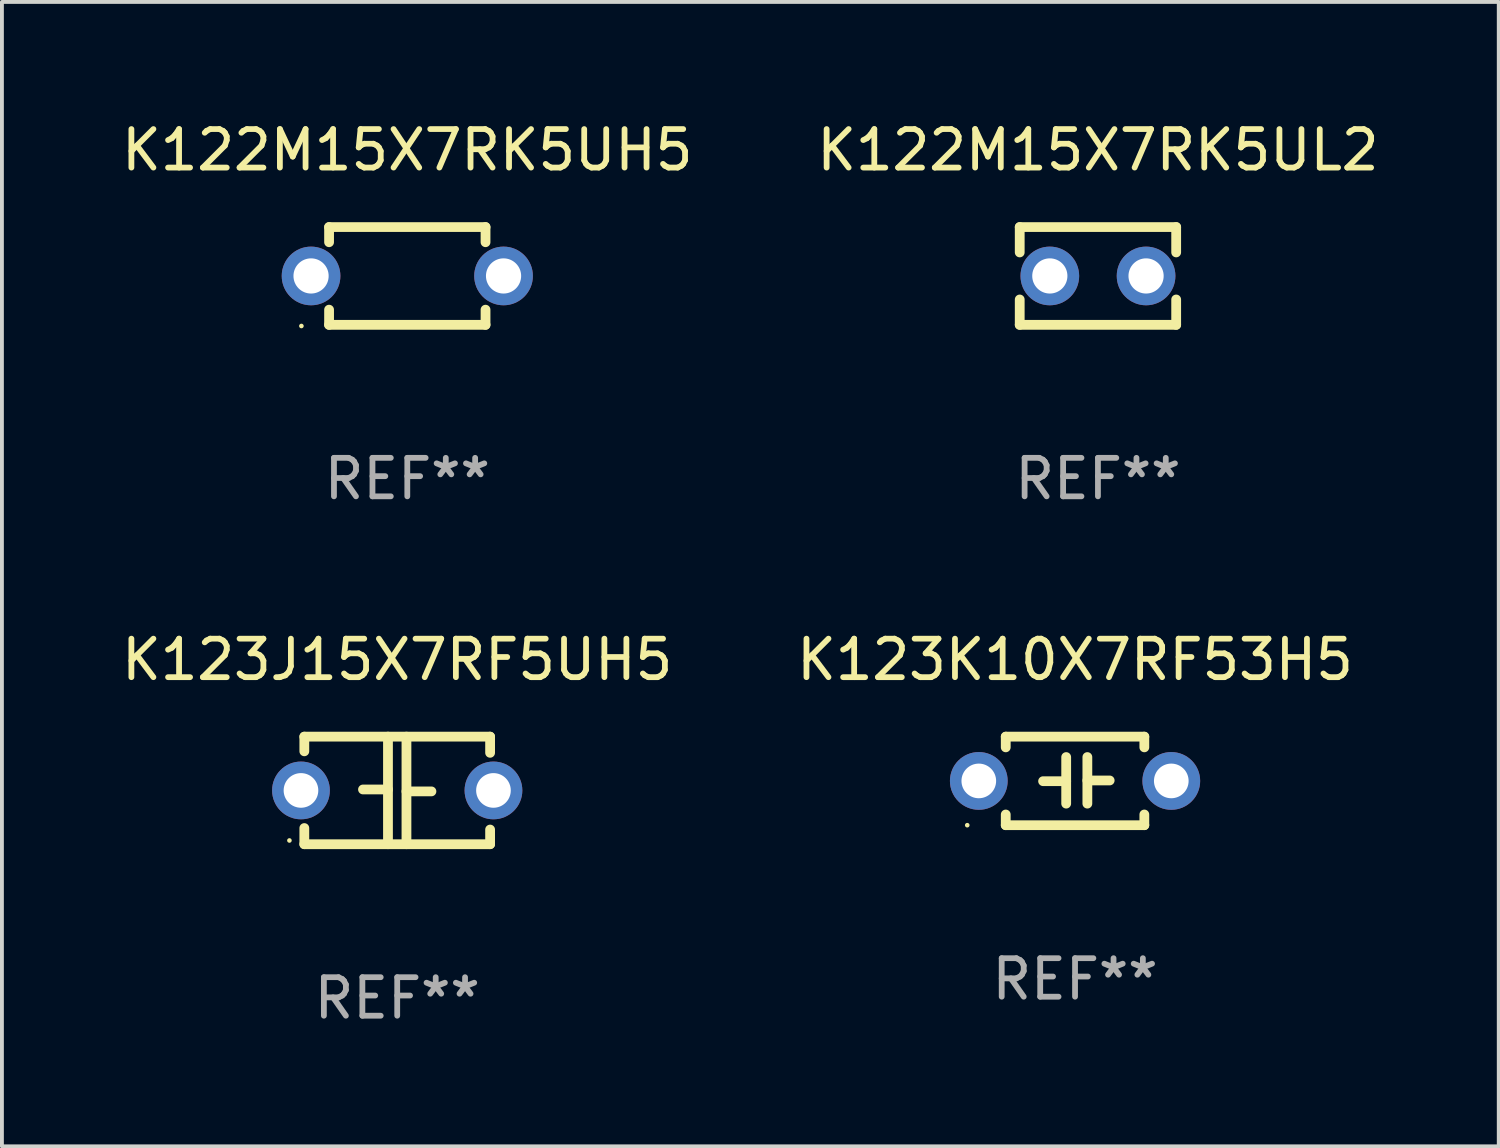
<source format=kicad_pcb>
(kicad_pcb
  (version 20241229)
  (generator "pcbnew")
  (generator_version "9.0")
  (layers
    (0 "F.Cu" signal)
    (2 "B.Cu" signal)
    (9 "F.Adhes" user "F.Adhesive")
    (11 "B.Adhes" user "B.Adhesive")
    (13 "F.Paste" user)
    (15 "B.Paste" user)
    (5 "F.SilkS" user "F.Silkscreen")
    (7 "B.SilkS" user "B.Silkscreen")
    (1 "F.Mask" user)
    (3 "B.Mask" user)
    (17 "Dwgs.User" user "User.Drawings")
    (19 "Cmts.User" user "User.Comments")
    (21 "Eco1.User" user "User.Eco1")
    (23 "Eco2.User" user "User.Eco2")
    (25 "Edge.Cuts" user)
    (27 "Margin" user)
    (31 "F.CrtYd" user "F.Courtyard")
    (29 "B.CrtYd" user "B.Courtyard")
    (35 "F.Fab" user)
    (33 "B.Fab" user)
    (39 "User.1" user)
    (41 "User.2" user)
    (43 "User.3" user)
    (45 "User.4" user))
  (footprint "K123K10X7RF53H5"
    (layer "F.Cu")
    (at 24.875 17.235)
    (property "Reference" "K123K10X7RF53H5" (at 0 -3.15 0) (layer "F.SilkS") (effects (font (size 1 1) (thickness 0.15))))
    (attr through_hole)
    (fp_line (start -1.8 -1.15) (end -1.8 -0.872) (stroke (width 0.254) (type solid)) (layer "F.SilkS"))
    (fp_line (start -1.8 -1.15) (end 1.8 -1.15) (stroke (width 0.254) (type solid)) (layer "F.SilkS"))
    (fp_line (start -1.8 0.872) (end -1.8 1.15) (stroke (width 0.254) (type solid)) (layer "F.SilkS"))
    (fp_line (start -1.8 1.15) (end 1.8 1.15) (stroke (width 0.254) (type solid)) (layer "F.SilkS"))
    (fp_line (start -0.23 -0.62) (end -0.23 0.59) (stroke (width 0.254) (type solid)) (layer "F.SilkS"))
    (fp_line (start -0.23 0.007) (end -0.83 0.007) (stroke (width 0.254) (type solid)) (layer "F.SilkS"))
    (fp_line (start 0.32 -0.62) (end 0.32 0.59) (stroke (width 0.254) (type solid)) (layer "F.SilkS"))
    (fp_line (start 0.32 -0.012) (end 0.9 -0.012) (stroke (width 0.254) (type solid)) (layer "F.SilkS"))
    (fp_line (start 1.8 -1.15) (end 1.8 -0.872) (stroke (width 0.254) (type solid)) (layer "F.SilkS"))
    (fp_line (start 1.8 0.872) (end 1.8 1.15) (stroke (width 0.254) (type solid)) (layer "F.SilkS"))
    (fp_circle (center -2.8 1.15) (end -2.77 1.15) (stroke (width 0.06) (type solid)) (fill no) (layer "F.SilkS"))
    (fp_text user "REF**" (at 0 5.15 0) (layer "F.Fab") (effects (font (size 1 1) (thickness 0.15))))
    (pad "1" thru_hole circle (at -2.5 0) (size 1.5 1.5) (drill 0.9) (layers "*.Cu" "*.Mask"))
    (pad "2" thru_hole circle (at 2.5 0) (size 1.5 1.5) (drill 0.9) (layers "*.Cu" "*.Mask")))
  (footprint "K123J15X7RF5UH5"
    (layer "F.Cu")
    (at 7.268 17.482)
    (property "Reference" "K123J15X7RF5UH5" (at 0 -3.397 0) (layer "F.SilkS") (effects (font (size 1 1) (thickness 0.15))))
    (attr through_hole)
    (fp_line (start -2.413 -1.397) (end 2.413 -1.397) (stroke (width 0.254) (type solid)) (layer "F.SilkS"))
    (fp_line (start -2.413 -1.016) (end -2.413 -1.397) (stroke (width 0.254) (type solid)) (layer "F.SilkS"))
    (fp_line (start -2.413 0.977) (end -2.413 1.397) (stroke (width 0.254) (type solid)) (layer "F.SilkS"))
    (fp_line (start -0.24 -0.025) (end -0.889 -0.025) (stroke (width 0.254) (type solid)) (layer "F.SilkS"))
    (fp_line (start -0.24 1.397) (end -0.24 -1.397) (stroke (width 0.254) (type solid)) (layer "F.SilkS"))
    (fp_line (start 0.24 -1.397) (end 0.24 1.397) (stroke (width 0.254) (type solid)) (layer "F.SilkS"))
    (fp_line (start 0.24 0.025) (end 0.889 0.025) (stroke (width 0.254) (type solid)) (layer "F.SilkS"))
    (fp_line (start 2.413 -0.977) (end 2.413 -1.397) (stroke (width 0.254) (type solid)) (layer "F.SilkS"))
    (fp_line (start 2.413 1.016) (end 2.413 1.397) (stroke (width 0.254) (type solid)) (layer "F.SilkS"))
    (fp_line (start 2.413 1.397) (end -2.413 1.397) (stroke (width 0.254) (type solid)) (layer "F.SilkS"))
    (fp_circle (center -2.8 1.3) (end -2.77 1.3) (stroke (width 0.06) (type solid)) (fill no) (layer "F.SilkS"))
    (fp_text user "REF**" (at 0 5.397 0) (layer "F.Fab") (effects (font (size 1 1) (thickness 0.15))))
    (pad "1" thru_hole circle (at -2.5 0) (size 1.5 1.5) (drill 0.9) (layers "*.Cu" "*.Mask"))
    (pad "2" thru_hole circle (at 2.5 0) (size 1.5 1.5) (drill 0.9) (layers "*.Cu" "*.Mask")))
  (footprint "K122M15X7RK5UH5"
    (layer "F.Cu")
    (at 7.53 4.118)
    (property "Reference" "K122M15X7RK5UH5" (at 0 -3.27 0) (layer "F.SilkS") (effects (font (size 1 1) (thickness 0.15))))
    (attr through_hole)
    (fp_line (start -2.032 -1.27) (end -2.032 -0.876) (stroke (width 0.254) (type solid)) (layer "F.SilkS"))
    (fp_line (start -2.032 0.876) (end -2.032 1.27) (stroke (width 0.254) (type solid)) (layer "F.SilkS"))
    (fp_line (start -2.032 1.27) (end 2.032 1.27) (stroke (width 0.254) (type solid)) (layer "F.SilkS"))
    (fp_line (start 2.032 -1.27) (end -2.032 -1.27) (stroke (width 0.254) (type solid)) (layer "F.SilkS"))
    (fp_line (start 2.032 -0.876) (end 2.032 -1.27) (stroke (width 0.254) (type solid)) (layer "F.SilkS"))
    (fp_line (start 2.032 1.27) (end 2.032 0.876) (stroke (width 0.254) (type solid)) (layer "F.SilkS"))
    (fp_circle (center -2.751 1.3) (end -2.721 1.3) (stroke (width 0.06) (type solid)) (fill no) (layer "F.SilkS"))
    (fp_text user "REF**" (at 0 5.27 0) (layer "F.Fab") (effects (font (size 1 1) (thickness 0.15))))
    (pad "1" thru_hole circle (at -2.5 0) (size 1.524 1.524) (drill 0.914) (layers "*.Cu" "*.Mask"))
    (pad "2" thru_hole circle (at 2.5 0) (size 1.524 1.524) (drill 0.914) (layers "*.Cu" "*.Mask")))
  (footprint "K122M15X7RK5UL2"
    (layer "F.Cu")
    (at 25.47 4.118)
    (property "Reference" "K122M15X7RK5UL2" (at 0 -3.27 0) (layer "F.SilkS") (effects (font (size 1 1) (thickness 0.15))))
    (attr through_hole)
    (fp_line (start -2.032 -1.27) (end -2.032 -0.611) (stroke (width 0.254) (type solid)) (layer "F.SilkS"))
    (fp_line (start -2.032 0.611) (end -2.032 1.27) (stroke (width 0.254) (type solid)) (layer "F.SilkS"))
    (fp_line (start -2.032 1.27) (end 2.032 1.27) (stroke (width 0.254) (type solid)) (layer "F.SilkS"))
    (fp_line (start 2.032 -1.27) (end -2.032 -1.27) (stroke (width 0.254) (type solid)) (layer "F.SilkS"))
    (fp_line (start 2.032 -0.611) (end 2.032 -1.27) (stroke (width 0.254) (type solid)) (layer "F.SilkS"))
    (fp_line (start 2.032 1.27) (end 2.032 0.611) (stroke (width 0.254) (type solid)) (layer "F.SilkS"))
    (fp_circle (center -2 1.3) (end -1.97 1.3) (stroke (width 0.06) (type solid)) (fill no) (layer "F.SilkS"))
    (fp_text user "REF**" (at 0 5.27 0) (layer "F.Fab") (effects (font (size 1 1) (thickness 0.15))))
    (pad "1" thru_hole circle (at -1.25 0) (size 1.524 1.524) (drill 0.914) (layers "*.Cu" "*.Mask"))
    (pad "2" thru_hole circle (at 1.25 0) (size 1.524 1.524) (drill 0.914) (layers "*.Cu" "*.Mask")))
  (gr_rect
    (start -3 -3)
    (end 35.881 26.727)
    (stroke (width 0.1) (type default))
    (fill no)
    (layer "Edge.Cuts")))
</source>
